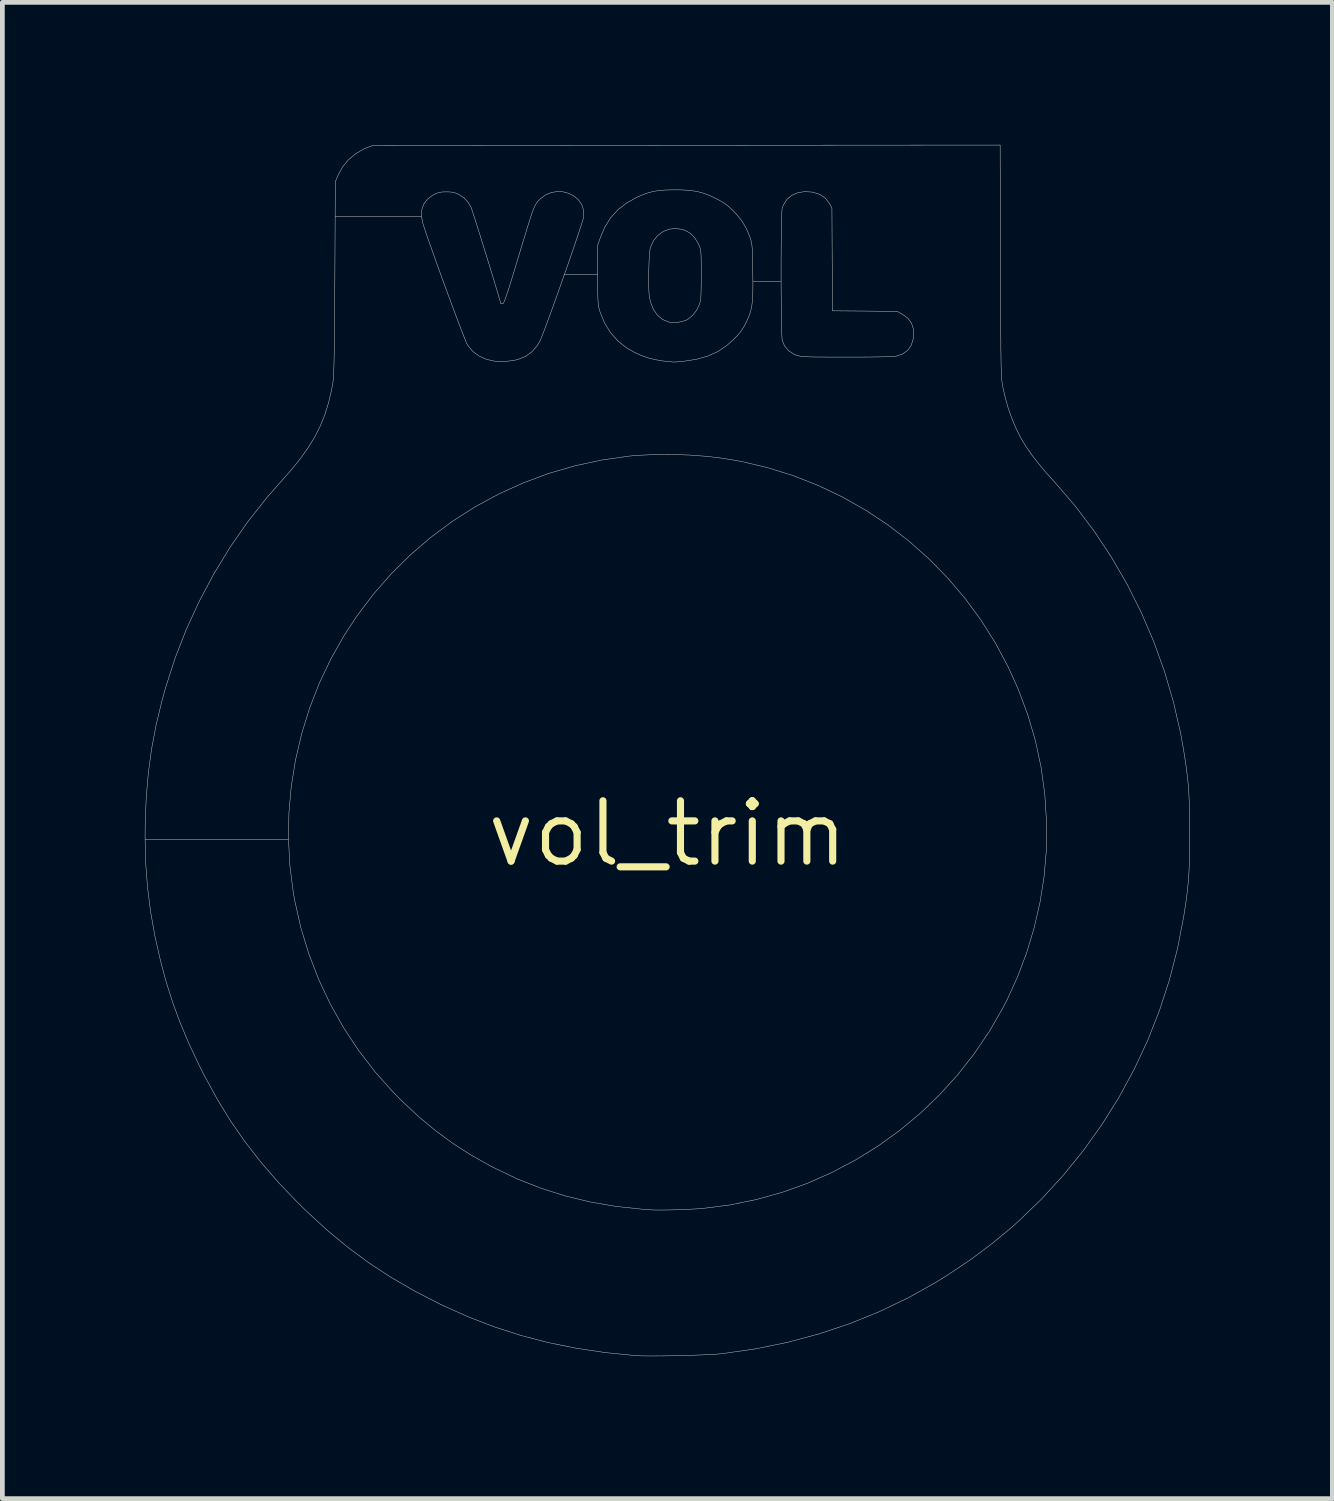
<source format=kicad_pcb>
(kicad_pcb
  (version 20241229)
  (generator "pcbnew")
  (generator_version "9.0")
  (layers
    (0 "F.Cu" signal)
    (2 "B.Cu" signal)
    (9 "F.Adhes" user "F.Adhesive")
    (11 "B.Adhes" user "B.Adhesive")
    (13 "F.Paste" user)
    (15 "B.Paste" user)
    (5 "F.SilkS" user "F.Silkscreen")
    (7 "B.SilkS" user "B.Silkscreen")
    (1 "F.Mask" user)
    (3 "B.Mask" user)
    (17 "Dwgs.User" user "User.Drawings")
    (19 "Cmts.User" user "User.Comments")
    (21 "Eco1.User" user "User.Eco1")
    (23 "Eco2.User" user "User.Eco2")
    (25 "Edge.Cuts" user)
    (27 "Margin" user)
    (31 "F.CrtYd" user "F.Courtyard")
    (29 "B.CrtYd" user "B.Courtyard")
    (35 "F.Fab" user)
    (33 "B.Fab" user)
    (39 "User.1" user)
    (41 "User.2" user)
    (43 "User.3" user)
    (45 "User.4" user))
  (footprint "vol_trim"
    (layer "F.Cu")
    (at 11.008 14.504)
    (property "Reference" "vol_trim" (at 0 0 0) (layer "F.SilkS") (effects (font (size 1.27 1.27) (thickness 0.15))))
    (attr through_hole)
    (fp_poly (pts (xy 0.311 -12.723) (xy 0.394 -12.691) (xy 0.49 -12.633) (xy 0.569 -12.551) (xy 0.639 -12.437) (xy 0.661 -12.392) (xy 0.676 -12.357) (xy 0.687 -12.323) (xy 0.696 -12.284) (xy 0.702 -12.232) (xy 0.706 -12.164) (xy 0.708 -12.072) (xy 0.709 -11.95) (xy 0.709 -11.793) (xy 0.709 -11.769) (xy 0.709 -11.601) (xy 0.707 -11.469) (xy 0.704 -11.367) (xy 0.7 -11.29) (xy 0.693 -11.231) (xy 0.684 -11.185) (xy 0.672 -11.144) (xy 0.671 -11.142) (xy 0.614 -11.024) (xy 0.531 -10.917) (xy 0.434 -10.835) (xy 0.397 -10.814) (xy 0.297 -10.779) (xy 0.18 -10.762) (xy 0.068 -10.764) (xy 0.027 -10.772) (xy -0.104 -10.826) (xy -0.213 -10.916) (xy -0.298 -11.038) (xy -0.358 -11.191) (xy -0.383 -11.307) (xy -0.391 -11.383) (xy -0.396 -11.489) (xy -0.398 -11.616) (xy -0.398 -11.754) (xy -0.395 -11.896) (xy -0.39 -12.032) (xy -0.384 -12.156) (xy -0.375 -12.257) (xy -0.365 -12.327) (xy -0.361 -12.344) (xy -0.299 -12.481) (xy -0.209 -12.593) (xy -0.097 -12.676) (xy 0.031 -12.727) (xy 0.169 -12.743) (xy 0.311 -12.723)) (stroke (width 0.01) (type solid)) (fill yes) (layer "F.Mask"))
    (fp_poly (pts (xy 7.011 -12.06) (xy 7.012 -11.687) (xy 7.013 -11.354) (xy 7.014 -11.058) (xy 7.015 -10.797) (xy 7.016 -10.568) (xy 7.018 -10.37) (xy 7.019 -10.198) (xy 7.021 -10.052) (xy 7.023 -9.927) (xy 7.025 -9.823) (xy 7.028 -9.736) (xy 7.031 -9.663) (xy 7.034 -9.603) (xy 7.039 -9.553) (xy 7.043 -9.51) (xy 7.049 -9.472) (xy 7.055 -9.436) (xy 7.062 -9.4) (xy 7.065 -9.381) (xy 7.094 -9.255) (xy 7.129 -9.114) (xy 7.167 -8.982) (xy 7.185 -8.925) (xy 7.26 -8.717) (xy 7.342 -8.525) (xy 7.433 -8.343) (xy 7.539 -8.165) (xy 7.663 -7.984) (xy 7.809 -7.796) (xy 7.98 -7.592) (xy 8.158 -7.394) (xy 8.585 -6.898) (xy 8.981 -6.373) (xy 9.346 -5.823) (xy 9.678 -5.25) (xy 9.975 -4.656) (xy 10.238 -4.044) (xy 10.464 -3.416) (xy 10.652 -2.775) (xy 10.802 -2.124) (xy 10.868 -1.756) (xy 10.901 -1.546) (xy 10.928 -1.359) (xy 10.949 -1.185) (xy 10.966 -1.017) (xy 10.978 -0.846) (xy 10.986 -0.664) (xy 10.991 -0.464) (xy 10.994 -0.237) (xy 10.995 0) (xy 10.994 0.259) (xy 10.991 0.483) (xy 10.986 0.681) (xy 10.977 0.861) (xy 10.964 1.032) (xy 10.947 1.2) (xy 10.926 1.375) (xy 10.898 1.564) (xy 10.868 1.756) (xy 10.738 2.426) (xy 10.568 3.083) (xy 10.359 3.726) (xy 10.112 4.353) (xy 9.827 4.963) (xy 9.506 5.554) (xy 9.149 6.125) (xy 8.758 6.673) (xy 8.332 7.198) (xy 7.873 7.698) (xy 7.382 8.171) (xy 7.271 8.271) (xy 6.844 8.626) (xy 6.385 8.97) (xy 5.903 9.293) (xy 5.653 9.449) (xy 5.068 9.776) (xy 4.463 10.066) (xy 3.839 10.319) (xy 3.197 10.534) (xy 2.538 10.711) (xy 1.863 10.849) (xy 1.174 10.949) (xy 1.122 10.955) (xy 1.028 10.963) (xy 0.9 10.971) (xy 0.746 10.978) (xy 0.572 10.984) (xy 0.385 10.99) (xy 0.192 10.995) (xy 0.001 10.998) (xy -0.181 11) (xy -0.348 11.001) (xy -0.492 11) (xy -0.606 10.997) (xy -0.667 10.994) (xy -1.309 10.93) (xy -1.924 10.838) (xy -2.515 10.719) (xy -3.089 10.569) (xy -3.649 10.388) (xy -4.203 10.175) (xy -4.754 9.927) (xy -4.795 9.907) (xy -5.319 9.638) (xy -5.811 9.353) (xy -6.277 9.049) (xy -6.725 8.719) (xy -7.161 8.359) (xy -7.592 7.963) (xy -7.79 7.769) (xy -8.191 7.351) (xy -8.554 6.932) (xy -8.887 6.506) (xy -9.194 6.064) (xy -9.48 5.599) (xy -9.75 5.105) (xy -9.875 4.858) (xy -10.084 4.412) (xy -10.265 3.981) (xy -10.422 3.555) (xy -10.559 3.123) (xy -10.676 2.687) (xy -10.796 2.157) (xy -10.887 1.644) (xy -10.951 1.135) (xy -10.99 0.62) (xy -11.002 0.128) (xy -7.983 0.128) (xy -7.952 0.691) (xy -7.88 1.251) (xy -7.85 1.418) (xy -7.722 1.984) (xy -7.553 2.536) (xy -7.347 3.072) (xy -7.102 3.591) (xy -6.821 4.091) (xy -6.505 4.569) (xy -6.154 5.025) (xy -5.77 5.455) (xy -5.585 5.641) (xy -5.235 5.967) (xy -4.884 6.258) (xy -4.525 6.522) (xy -4.148 6.764) (xy -3.743 6.992) (xy -3.651 7.04) (xy -3.161 7.274) (xy -2.663 7.47) (xy -2.154 7.631) (xy -1.63 7.758) (xy -1.087 7.851) (xy -0.519 7.912) (xy -0.328 7.925) (xy -0.236 7.928) (xy -0.112 7.928) (xy 0.035 7.926) (xy 0.195 7.922) (xy 0.357 7.916) (xy 0.513 7.909) (xy 0.652 7.901) (xy 0.751 7.893) (xy 1.318 7.82) (xy 1.873 7.706) (xy 2.417 7.554) (xy 2.947 7.364) (xy 3.46 7.137) (xy 3.956 6.875) (xy 4.433 6.58) (xy 4.887 6.252) (xy 5.319 5.893) (xy 5.726 5.503) (xy 6.105 5.085) (xy 6.455 4.64) (xy 6.775 4.168) (xy 7.062 3.671) (xy 7.15 3.501) (xy 7.372 3.014) (xy 7.563 2.507) (xy 7.72 1.985) (xy 7.842 1.455) (xy 7.927 0.924) (xy 7.973 0.398) (xy 7.977 0.328) (xy 7.98 -0.258) (xy 7.944 -0.832) (xy 7.866 -1.397) (xy 7.747 -1.953) (xy 7.586 -2.5) (xy 7.384 -3.041) (xy 7.176 -3.503) (xy 6.906 -4.01) (xy 6.602 -4.493) (xy 6.266 -4.951) (xy 5.9 -5.381) (xy 5.505 -5.784) (xy 5.084 -6.158) (xy 4.639 -6.501) (xy 4.17 -6.811) (xy 3.68 -7.089) (xy 3.171 -7.331) (xy 2.644 -7.538) (xy 2.102 -7.707) (xy 1.546 -7.838) (xy 1.164 -7.903) (xy 0.826 -7.944) (xy 0.467 -7.971) (xy 0.099 -7.984) (xy -0.263 -7.982) (xy -0.608 -7.966) (xy -0.812 -7.949) (xy -1.389 -7.866) (xy -1.953 -7.744) (xy -2.504 -7.584) (xy -3.039 -7.385) (xy -3.557 -7.15) (xy -4.055 -6.88) (xy -4.533 -6.575) (xy -4.988 -6.237) (xy -5.418 -5.867) (xy -5.823 -5.466) (xy -6.2 -5.034) (xy -6.547 -4.574) (xy -6.805 -4.182) (xy -7.086 -3.686) (xy -7.331 -3.173) (xy -7.537 -2.644) (xy -7.705 -2.104) (xy -7.834 -1.554) (xy -7.924 -0.997) (xy -7.974 -0.435) (xy -7.983 0.128) (xy -11.002 0.128) (xy -11.003 0.087) (xy -11 -0.233) (xy -10.978 -0.774) (xy -10.933 -1.29) (xy -10.864 -1.791) (xy -10.77 -2.29) (xy -10.647 -2.798) (xy -10.572 -3.069) (xy -10.373 -3.688) (xy -10.136 -4.297) (xy -9.861 -4.893) (xy -9.553 -5.472) (xy -9.213 -6.03) (xy -8.842 -6.564) (xy -8.443 -7.069) (xy -8.158 -7.394) (xy -7.929 -7.653) (xy -7.733 -7.895) (xy -7.567 -8.128) (xy -7.428 -8.356) (xy -7.312 -8.586) (xy -7.217 -8.823) (xy -7.139 -9.074) (xy -7.076 -9.343) (xy -7.055 -9.451) (xy -7.049 -9.487) (xy -7.043 -9.53) (xy -7.038 -9.581) (xy -7.034 -9.644) (xy -7.03 -9.721) (xy -7.027 -9.815) (xy -7.024 -9.928) (xy -7.021 -10.064) (xy -7.019 -10.224) (xy -7.017 -10.412) (xy -7.015 -10.63) (xy -7.013 -10.881) (xy -7.011 -11.167) (xy -7.009 -11.492) (xy -7.007 -11.684) (xy -7 -12.995) (xy -5.181 -12.995) (xy -5.158 -12.869) (xy -5.138 -12.803) (xy -5.106 -12.705) (xy -5.063 -12.579) (xy -5.011 -12.429) (xy -4.951 -12.261) (xy -4.886 -12.077) (xy -4.816 -11.883) (xy -4.744 -11.683) (xy -4.67 -11.481) (xy -4.596 -11.282) (xy -4.525 -11.089) (xy -4.457 -10.907) (xy -4.394 -10.74) (xy -4.337 -10.592) (xy -4.289 -10.469) (xy -4.251 -10.373) (xy -4.224 -10.31) (xy -4.212 -10.287) (xy -4.104 -10.157) (xy -3.969 -10.056) (xy -3.809 -9.985) (xy -3.63 -9.946) (xy -3.435 -9.939) (xy -3.229 -9.966) (xy -3.148 -9.985) (xy -2.991 -10.048) (xy -2.854 -10.148) (xy -2.741 -10.281) (xy -2.688 -10.372) (xy -2.666 -10.421) (xy -2.632 -10.506) (xy -2.588 -10.62) (xy -2.536 -10.759) (xy -2.477 -10.92) (xy -2.413 -11.098) (xy -2.344 -11.289) (xy -2.273 -11.488) (xy -2.202 -11.691) (xy -2.13 -11.894) (xy -2.061 -12.092) (xy -1.996 -12.281) (xy -1.958 -12.393) (xy -1.471 -12.393) (xy -1.471 -11.769) (xy -1.471 -11.588) (xy -1.47 -11.444) (xy -1.469 -11.331) (xy -1.466 -11.243) (xy -1.461 -11.175) (xy -1.455 -11.12) (xy -1.446 -11.073) (xy -1.434 -11.028) (xy -1.422 -10.986) (xy -1.329 -10.756) (xy -1.203 -10.552) (xy -1.046 -10.374) (xy -0.858 -10.225) (xy -0.699 -10.134) (xy -0.553 -10.068) (xy -0.412 -10.018) (xy -0.265 -9.981) (xy -0.1 -9.953) (xy 0.094 -9.933) (xy 0.127 -9.93) (xy 0.161 -9.931) (xy 0.226 -9.936) (xy 0.311 -9.944) (xy 0.36 -9.949) (xy 0.62 -9.99) (xy 0.851 -10.056) (xy 1.057 -10.15) (xy 1.243 -10.275) (xy 1.388 -10.403) (xy 1.484 -10.502) (xy 1.555 -10.591) (xy 1.613 -10.684) (xy 1.646 -10.747) (xy 1.689 -10.837) (xy 1.724 -10.92) (xy 1.75 -11.003) (xy 1.77 -11.091) (xy 1.784 -11.19) (xy 1.792 -11.308) (xy 1.796 -11.449) (xy 1.797 -11.62) (xy 1.794 -11.825) (xy 1.794 -11.844) (xy 2.391 -11.844) (xy 2.391 -11.629) (xy 2.392 -11.417) (xy 2.394 -11.213) (xy 2.396 -11.021) (xy 2.398 -10.845) (xy 2.401 -10.691) (xy 2.404 -10.562) (xy 2.408 -10.464) (xy 2.413 -10.4) (xy 2.416 -10.381) (xy 2.465 -10.268) (xy 2.548 -10.17) (xy 2.656 -10.097) (xy 2.709 -10.074) (xy 2.74 -10.065) (xy 2.773 -10.057) (xy 2.814 -10.05) (xy 2.865 -10.045) (xy 2.932 -10.041) (xy 3.018 -10.038) (xy 3.128 -10.036) (xy 3.265 -10.035) (xy 3.434 -10.034) (xy 3.639 -10.034) (xy 3.772 -10.034) (xy 4.022 -10.034) (xy 4.243 -10.035) (xy 4.433 -10.038) (xy 4.588 -10.041) (xy 4.708 -10.046) (xy 4.789 -10.051) (xy 4.824 -10.056) (xy 4.957 -10.103) (xy 5.06 -10.18) (xy 5.133 -10.286) (xy 5.174 -10.42) (xy 5.182 -10.481) (xy 5.177 -10.627) (xy 5.137 -10.749) (xy 5.062 -10.851) (xy 4.949 -10.934) (xy 4.945 -10.936) (xy 4.837 -10.996) (xy 4.155 -11.003) (xy 3.473 -11.009) (xy 3.467 -12.093) (xy 3.461 -13.176) (xy 3.408 -13.271) (xy 3.324 -13.38) (xy 3.21 -13.458) (xy 3.069 -13.504) (xy 3.047 -13.509) (xy 2.885 -13.519) (xy 2.74 -13.495) (xy 2.614 -13.439) (xy 2.513 -13.354) (xy 2.44 -13.241) (xy 2.413 -13.168) (xy 2.409 -13.13) (xy 2.405 -13.054) (xy 2.401 -12.944) (xy 2.398 -12.806) (xy 2.396 -12.644) (xy 2.394 -12.462) (xy 2.392 -12.265) (xy 2.391 -12.058) (xy 2.391 -11.844) (xy 1.794 -11.844) (xy 1.792 -11.999) (xy 1.789 -12.137) (xy 1.786 -12.244) (xy 1.782 -12.327) (xy 1.776 -12.391) (xy 1.768 -12.442) (xy 1.758 -12.487) (xy 1.744 -12.53) (xy 1.731 -12.57) (xy 1.655 -12.75) (xy 1.561 -12.907) (xy 1.441 -13.055) (xy 1.382 -13.116) (xy 1.289 -13.203) (xy 1.2 -13.271) (xy 1.097 -13.333) (xy 1.019 -13.374) (xy 0.875 -13.441) (xy 0.743 -13.49) (xy 0.612 -13.524) (xy 0.469 -13.544) (xy 0.305 -13.555) (xy 0.148 -13.557) (xy -0.029 -13.553) (xy -0.175 -13.543) (xy -0.302 -13.522) (xy -0.422 -13.49) (xy -0.544 -13.444) (xy -0.646 -13.399) (xy -0.865 -13.278) (xy -1.05 -13.133) (xy -1.203 -12.962) (xy -1.326 -12.763) (xy -1.411 -12.562) (xy -1.471 -12.393) (xy -1.958 -12.393) (xy -1.936 -12.458) (xy -1.882 -12.617) (xy -1.837 -12.754) (xy -1.801 -12.866) (xy -1.776 -12.947) (xy -1.765 -12.993) (xy -1.764 -12.998) (xy -1.769 -13.129) (xy -1.808 -13.246) (xy -1.876 -13.345) (xy -1.968 -13.424) (xy -2.077 -13.481) (xy -2.197 -13.514) (xy -2.324 -13.521) (xy -2.452 -13.499) (xy -2.574 -13.447) (xy -2.685 -13.361) (xy -2.687 -13.359) (xy -2.714 -13.332) (xy -2.737 -13.307) (xy -2.758 -13.28) (xy -2.779 -13.247) (xy -2.8 -13.206) (xy -2.823 -13.152) (xy -2.849 -13.082) (xy -2.879 -12.993) (xy -2.915 -12.881) (xy -2.958 -12.744) (xy -3.009 -12.576) (xy -3.07 -12.376) (xy -3.142 -12.139) (xy -3.156 -12.091) (xy -3.224 -11.867) (xy -3.281 -11.68) (xy -3.328 -11.528) (xy -3.367 -11.406) (xy -3.399 -11.313) (xy -3.424 -11.244) (xy -3.443 -11.198) (xy -3.458 -11.169) (xy -3.47 -11.156) (xy -3.476 -11.155) (xy -3.508 -11.16) (xy -3.514 -11.165) (xy -3.52 -11.191) (xy -3.537 -11.253) (xy -3.564 -11.345) (xy -3.6 -11.463) (xy -3.642 -11.603) (xy -3.689 -11.759) (xy -3.74 -11.927) (xy -3.794 -12.101) (xy -3.849 -12.278) (xy -3.903 -12.452) (xy -3.954 -12.618) (xy -4.003 -12.772) (xy -4.046 -12.909) (xy -4.083 -13.024) (xy -4.112 -13.113) (xy -4.131 -13.169) (xy -4.138 -13.189) (xy -4.207 -13.302) (xy -4.287 -13.387) (xy -4.384 -13.451) (xy -4.453 -13.485) (xy -4.515 -13.504) (xy -4.588 -13.512) (xy -4.657 -13.514) (xy -4.749 -13.511) (xy -4.817 -13.5) (xy -4.88 -13.477) (xy -4.931 -13.451) (xy -5.05 -13.366) (xy -5.131 -13.261) (xy -5.175 -13.137) (xy -5.181 -12.995) (xy -7 -12.995) (xy -6.996 -13.727) (xy -6.946 -13.85) (xy -6.852 -14.027) (xy -6.725 -14.185) (xy -6.569 -14.317) (xy -6.392 -14.419) (xy -6.335 -14.442) (xy -6.212 -14.489) (xy 7.004 -14.499) (xy 7.011 -12.06)) (stroke (width 0.01) (type solid)) (fill yes) (layer "F.Mask"))
    (fp_poly (pts (xy 0.311 -12.723) (xy 0.394 -12.691) (xy 0.49 -12.633) (xy 0.569 -12.551) (xy 0.639 -12.437) (xy 0.661 -12.392) (xy 0.676 -12.357) (xy 0.687 -12.323) (xy 0.696 -12.284) (xy 0.702 -12.232) (xy 0.706 -12.164) (xy 0.708 -12.072) (xy 0.709 -11.95) (xy 0.709 -11.793) (xy 0.709 -11.769) (xy 0.709 -11.601) (xy 0.707 -11.469) (xy 0.704 -11.367) (xy 0.7 -11.29) (xy 0.693 -11.231) (xy 0.684 -11.185) (xy 0.672 -11.144) (xy 0.671 -11.142) (xy 0.614 -11.024) (xy 0.531 -10.917) (xy 0.434 -10.835) (xy 0.397 -10.814) (xy 0.297 -10.779) (xy 0.18 -10.762) (xy 0.068 -10.764) (xy 0.027 -10.772) (xy -0.104 -10.826) (xy -0.213 -10.916) (xy -0.298 -11.038) (xy -0.358 -11.191) (xy -0.383 -11.307) (xy -0.391 -11.383) (xy -0.396 -11.489) (xy -0.398 -11.616) (xy -0.398 -11.754) (xy -0.395 -11.896) (xy -0.39 -12.032) (xy -0.384 -12.156) (xy -0.375 -12.257) (xy -0.365 -12.327) (xy -0.361 -12.344) (xy -0.299 -12.481) (xy -0.209 -12.593) (xy -0.097 -12.676) (xy 0.031 -12.727) (xy 0.169 -12.743) (xy 0.311 -12.723)) (stroke (width 0.01) (type solid)) (fill no) (layer "Dwgs.User"))
    (fp_poly (pts (xy 7.011 -12.06) (xy 7.012 -11.687) (xy 7.013 -11.354) (xy 7.014 -11.058) (xy 7.015 -10.797) (xy 7.016 -10.568) (xy 7.018 -10.37) (xy 7.019 -10.198) (xy 7.021 -10.052) (xy 7.023 -9.927) (xy 7.025 -9.823) (xy 7.028 -9.736) (xy 7.031 -9.663) (xy 7.034 -9.603) (xy 7.039 -9.553) (xy 7.043 -9.51) (xy 7.049 -9.472) (xy 7.055 -9.436) (xy 7.062 -9.4) (xy 7.065 -9.381) (xy 7.094 -9.255) (xy 7.129 -9.114) (xy 7.167 -8.982) (xy 7.185 -8.925) (xy 7.26 -8.717) (xy 7.342 -8.525) (xy 7.433 -8.343) (xy 7.539 -8.165) (xy 7.663 -7.984) (xy 7.809 -7.796) (xy 7.98 -7.592) (xy 8.158 -7.394) (xy 8.585 -6.898) (xy 8.981 -6.373) (xy 9.346 -5.823) (xy 9.678 -5.25) (xy 9.975 -4.656) (xy 10.238 -4.044) (xy 10.464 -3.416) (xy 10.652 -2.775) (xy 10.802 -2.124) (xy 10.868 -1.756) (xy 10.901 -1.546) (xy 10.928 -1.359) (xy 10.949 -1.185) (xy 10.966 -1.017) (xy 10.978 -0.846) (xy 10.986 -0.664) (xy 10.991 -0.464) (xy 10.994 -0.237) (xy 10.995 0) (xy 10.994 0.259) (xy 10.991 0.483) (xy 10.986 0.681) (xy 10.977 0.861) (xy 10.964 1.032) (xy 10.947 1.2) (xy 10.926 1.375) (xy 10.898 1.564) (xy 10.868 1.756) (xy 10.738 2.426) (xy 10.568 3.083) (xy 10.359 3.726) (xy 10.112 4.353) (xy 9.827 4.963) (xy 9.506 5.554) (xy 9.149 6.125) (xy 8.758 6.673) (xy 8.332 7.198) (xy 7.873 7.698) (xy 7.382 8.171) (xy 7.271 8.271) (xy 6.844 8.626) (xy 6.385 8.97) (xy 5.903 9.293) (xy 5.653 9.449) (xy 5.068 9.776) (xy 4.463 10.066) (xy 3.839 10.319) (xy 3.197 10.534) (xy 2.538 10.711) (xy 1.863 10.849) (xy 1.174 10.949) (xy 1.122 10.955) (xy 1.028 10.963) (xy 0.9 10.971) (xy 0.746 10.978) (xy 0.572 10.984) (xy 0.385 10.99) (xy 0.192 10.995) (xy 0.001 10.998) (xy -0.181 11) (xy -0.348 11.001) (xy -0.492 11) (xy -0.606 10.997) (xy -0.667 10.994) (xy -1.309 10.93) (xy -1.924 10.838) (xy -2.515 10.719) (xy -3.089 10.569) (xy -3.649 10.388) (xy -4.203 10.175) (xy -4.754 9.927) (xy -4.795 9.907) (xy -5.319 9.638) (xy -5.811 9.353) (xy -6.277 9.049) (xy -6.725 8.719) (xy -7.161 8.359) (xy -7.592 7.963) (xy -7.79 7.769) (xy -8.191 7.351) (xy -8.554 6.932) (xy -8.887 6.506) (xy -9.194 6.064) (xy -9.48 5.599) (xy -9.75 5.105) (xy -9.875 4.858) (xy -10.084 4.412) (xy -10.265 3.981) (xy -10.422 3.555) (xy -10.559 3.123) (xy -10.676 2.687) (xy -10.796 2.157) (xy -10.887 1.644) (xy -10.951 1.135) (xy -10.99 0.62) (xy -11.002 0.128) (xy -7.983 0.128) (xy -7.952 0.691) (xy -7.88 1.251) (xy -7.85 1.418) (xy -7.722 1.984) (xy -7.553 2.536) (xy -7.347 3.072) (xy -7.102 3.591) (xy -6.821 4.091) (xy -6.505 4.569) (xy -6.154 5.025) (xy -5.77 5.455) (xy -5.585 5.641) (xy -5.235 5.967) (xy -4.884 6.258) (xy -4.525 6.522) (xy -4.148 6.764) (xy -3.743 6.992) (xy -3.651 7.04) (xy -3.161 7.274) (xy -2.663 7.47) (xy -2.154 7.631) (xy -1.63 7.758) (xy -1.087 7.851) (xy -0.519 7.912) (xy -0.328 7.925) (xy -0.236 7.928) (xy -0.112 7.928) (xy 0.035 7.926) (xy 0.195 7.922) (xy 0.357 7.916) (xy 0.513 7.909) (xy 0.652 7.901) (xy 0.751 7.893) (xy 1.318 7.82) (xy 1.873 7.706) (xy 2.417 7.554) (xy 2.947 7.364) (xy 3.46 7.137) (xy 3.956 6.875) (xy 4.433 6.58) (xy 4.887 6.252) (xy 5.319 5.893) (xy 5.726 5.503) (xy 6.105 5.085) (xy 6.455 4.64) (xy 6.775 4.168) (xy 7.062 3.671) (xy 7.15 3.501) (xy 7.372 3.014) (xy 7.563 2.507) (xy 7.72 1.985) (xy 7.842 1.455) (xy 7.927 0.924) (xy 7.973 0.398) (xy 7.977 0.328) (xy 7.98 -0.258) (xy 7.944 -0.832) (xy 7.866 -1.397) (xy 7.747 -1.953) (xy 7.586 -2.5) (xy 7.384 -3.041) (xy 7.176 -3.503) (xy 6.906 -4.01) (xy 6.602 -4.493) (xy 6.266 -4.951) (xy 5.9 -5.381) (xy 5.505 -5.784) (xy 5.084 -6.158) (xy 4.639 -6.501) (xy 4.17 -6.811) (xy 3.68 -7.089) (xy 3.171 -7.331) (xy 2.644 -7.538) (xy 2.102 -7.707) (xy 1.546 -7.838) (xy 1.164 -7.903) (xy 0.826 -7.944) (xy 0.467 -7.971) (xy 0.099 -7.984) (xy -0.263 -7.982) (xy -0.608 -7.966) (xy -0.812 -7.949) (xy -1.389 -7.866) (xy -1.953 -7.744) (xy -2.504 -7.584) (xy -3.039 -7.385) (xy -3.557 -7.15) (xy -4.055 -6.88) (xy -4.533 -6.575) (xy -4.988 -6.237) (xy -5.418 -5.867) (xy -5.823 -5.466) (xy -6.2 -5.034) (xy -6.547 -4.574) (xy -6.805 -4.182) (xy -7.086 -3.686) (xy -7.331 -3.173) (xy -7.537 -2.644) (xy -7.705 -2.104) (xy -7.834 -1.554) (xy -7.924 -0.997) (xy -7.974 -0.435) (xy -7.983 0.128) (xy -11.002 0.128) (xy -11.003 0.087) (xy -11 -0.233) (xy -10.978 -0.774) (xy -10.933 -1.29) (xy -10.864 -1.791) (xy -10.77 -2.29) (xy -10.647 -2.798) (xy -10.572 -3.069) (xy -10.373 -3.688) (xy -10.136 -4.297) (xy -9.861 -4.893) (xy -9.553 -5.472) (xy -9.213 -6.03) (xy -8.842 -6.564) (xy -8.443 -7.069) (xy -8.158 -7.394) (xy -7.929 -7.653) (xy -7.733 -7.895) (xy -7.567 -8.128) (xy -7.428 -8.356) (xy -7.312 -8.586) (xy -7.217 -8.823) (xy -7.139 -9.074) (xy -7.076 -9.343) (xy -7.055 -9.451) (xy -7.049 -9.487) (xy -7.043 -9.53) (xy -7.038 -9.581) (xy -7.034 -9.644) (xy -7.03 -9.721) (xy -7.027 -9.815) (xy -7.024 -9.928) (xy -7.021 -10.064) (xy -7.019 -10.224) (xy -7.017 -10.412) (xy -7.015 -10.63) (xy -7.013 -10.881) (xy -7.011 -11.167) (xy -7.009 -11.492) (xy -7.007 -11.684) (xy -7 -12.995) (xy -5.181 -12.995) (xy -5.158 -12.869) (xy -5.138 -12.803) (xy -5.106 -12.705) (xy -5.063 -12.579) (xy -5.011 -12.429) (xy -4.951 -12.261) (xy -4.886 -12.077) (xy -4.816 -11.883) (xy -4.744 -11.683) (xy -4.67 -11.481) (xy -4.596 -11.282) (xy -4.525 -11.089) (xy -4.457 -10.907) (xy -4.394 -10.74) (xy -4.337 -10.592) (xy -4.289 -10.469) (xy -4.251 -10.373) (xy -4.224 -10.31) (xy -4.212 -10.287) (xy -4.104 -10.157) (xy -3.969 -10.056) (xy -3.809 -9.985) (xy -3.63 -9.946) (xy -3.435 -9.939) (xy -3.229 -9.966) (xy -3.148 -9.985) (xy -2.991 -10.048) (xy -2.854 -10.148) (xy -2.741 -10.281) (xy -2.688 -10.372) (xy -2.666 -10.421) (xy -2.632 -10.506) (xy -2.588 -10.62) (xy -2.536 -10.759) (xy -2.477 -10.92) (xy -2.413 -11.098) (xy -2.344 -11.289) (xy -2.273 -11.488) (xy -2.202 -11.691) (xy -2.13 -11.894) (xy -2.061 -12.092) (xy -1.996 -12.281) (xy -1.958 -12.393) (xy -1.471 -12.393) (xy -1.471 -11.769) (xy -1.471 -11.588) (xy -1.47 -11.444) (xy -1.469 -11.331) (xy -1.466 -11.243) (xy -1.461 -11.175) (xy -1.455 -11.12) (xy -1.446 -11.073) (xy -1.434 -11.028) (xy -1.422 -10.986) (xy -1.329 -10.756) (xy -1.203 -10.552) (xy -1.046 -10.374) (xy -0.858 -10.225) (xy -0.699 -10.134) (xy -0.553 -10.068) (xy -0.412 -10.018) (xy -0.265 -9.981) (xy -0.1 -9.953) (xy 0.094 -9.933) (xy 0.127 -9.93) (xy 0.161 -9.931) (xy 0.226 -9.936) (xy 0.311 -9.944) (xy 0.36 -9.949) (xy 0.62 -9.99) (xy 0.851 -10.056) (xy 1.057 -10.15) (xy 1.243 -10.275) (xy 1.388 -10.403) (xy 1.484 -10.502) (xy 1.555 -10.591) (xy 1.613 -10.684) (xy 1.646 -10.747) (xy 1.689 -10.837) (xy 1.724 -10.92) (xy 1.75 -11.003) (xy 1.77 -11.091) (xy 1.784 -11.19) (xy 1.792 -11.308) (xy 1.796 -11.449) (xy 1.797 -11.62) (xy 1.794 -11.825) (xy 1.794 -11.844) (xy 2.391 -11.844) (xy 2.391 -11.629) (xy 2.392 -11.417) (xy 2.394 -11.213) (xy 2.396 -11.021) (xy 2.398 -10.845) (xy 2.401 -10.691) (xy 2.404 -10.562) (xy 2.408 -10.464) (xy 2.413 -10.4) (xy 2.416 -10.381) (xy 2.465 -10.268) (xy 2.548 -10.17) (xy 2.656 -10.097) (xy 2.709 -10.074) (xy 2.74 -10.065) (xy 2.773 -10.057) (xy 2.814 -10.05) (xy 2.865 -10.045) (xy 2.932 -10.041) (xy 3.018 -10.038) (xy 3.128 -10.036) (xy 3.265 -10.035) (xy 3.434 -10.034) (xy 3.639 -10.034) (xy 3.772 -10.034) (xy 4.022 -10.034) (xy 4.243 -10.035) (xy 4.433 -10.038) (xy 4.588 -10.041) (xy 4.708 -10.046) (xy 4.789 -10.051) (xy 4.824 -10.056) (xy 4.957 -10.103) (xy 5.06 -10.18) (xy 5.133 -10.286) (xy 5.174 -10.42) (xy 5.182 -10.481) (xy 5.177 -10.627) (xy 5.137 -10.749) (xy 5.062 -10.851) (xy 4.949 -10.934) (xy 4.945 -10.936) (xy 4.837 -10.996) (xy 4.155 -11.003) (xy 3.473 -11.009) (xy 3.467 -12.093) (xy 3.461 -13.176) (xy 3.408 -13.271) (xy 3.324 -13.38) (xy 3.21 -13.458) (xy 3.069 -13.504) (xy 3.047 -13.509) (xy 2.885 -13.519) (xy 2.74 -13.495) (xy 2.614 -13.439) (xy 2.513 -13.354) (xy 2.44 -13.241) (xy 2.413 -13.168) (xy 2.409 -13.13) (xy 2.405 -13.054) (xy 2.401 -12.944) (xy 2.398 -12.806) (xy 2.396 -12.644) (xy 2.394 -12.462) (xy 2.392 -12.265) (xy 2.391 -12.058) (xy 2.391 -11.844) (xy 1.794 -11.844) (xy 1.792 -11.999) (xy 1.789 -12.137) (xy 1.786 -12.244) (xy 1.782 -12.327) (xy 1.776 -12.391) (xy 1.768 -12.442) (xy 1.758 -12.487) (xy 1.744 -12.53) (xy 1.731 -12.57) (xy 1.655 -12.75) (xy 1.561 -12.907) (xy 1.441 -13.055) (xy 1.382 -13.116) (xy 1.289 -13.203) (xy 1.2 -13.271) (xy 1.097 -13.333) (xy 1.019 -13.374) (xy 0.875 -13.441) (xy 0.743 -13.49) (xy 0.612 -13.524) (xy 0.469 -13.544) (xy 0.305 -13.555) (xy 0.148 -13.557) (xy -0.029 -13.553) (xy -0.175 -13.543) (xy -0.302 -13.522) (xy -0.422 -13.49) (xy -0.544 -13.444) (xy -0.646 -13.399) (xy -0.865 -13.278) (xy -1.05 -13.133) (xy -1.203 -12.962) (xy -1.326 -12.763) (xy -1.411 -12.562) (xy -1.471 -12.393) (xy -1.958 -12.393) (xy -1.936 -12.458) (xy -1.882 -12.617) (xy -1.837 -12.754) (xy -1.801 -12.866) (xy -1.776 -12.947) (xy -1.765 -12.993) (xy -1.764 -12.998) (xy -1.769 -13.129) (xy -1.808 -13.246) (xy -1.876 -13.345) (xy -1.968 -13.424) (xy -2.077 -13.481) (xy -2.197 -13.514) (xy -2.324 -13.521) (xy -2.452 -13.499) (xy -2.574 -13.447) (xy -2.685 -13.361) (xy -2.687 -13.359) (xy -2.714 -13.332) (xy -2.737 -13.307) (xy -2.758 -13.28) (xy -2.779 -13.247) (xy -2.8 -13.206) (xy -2.823 -13.152) (xy -2.849 -13.082) (xy -2.879 -12.993) (xy -2.915 -12.881) (xy -2.958 -12.744) (xy -3.009 -12.576) (xy -3.07 -12.376) (xy -3.142 -12.139) (xy -3.156 -12.091) (xy -3.224 -11.867) (xy -3.281 -11.68) (xy -3.328 -11.528) (xy -3.367 -11.406) (xy -3.399 -11.313) (xy -3.424 -11.244) (xy -3.443 -11.198) (xy -3.458 -11.169) (xy -3.47 -11.156) (xy -3.476 -11.155) (xy -3.508 -11.16) (xy -3.514 -11.165) (xy -3.52 -11.191) (xy -3.537 -11.253) (xy -3.564 -11.345) (xy -3.6 -11.463) (xy -3.642 -11.603) (xy -3.689 -11.759) (xy -3.74 -11.927) (xy -3.794 -12.101) (xy -3.849 -12.278) (xy -3.903 -12.452) (xy -3.954 -12.618) (xy -4.003 -12.772) (xy -4.046 -12.909) (xy -4.083 -13.024) (xy -4.112 -13.113) (xy -4.131 -13.169) (xy -4.138 -13.189) (xy -4.207 -13.302) (xy -4.287 -13.387) (xy -4.384 -13.451) (xy -4.453 -13.485) (xy -4.515 -13.504) (xy -4.588 -13.512) (xy -4.657 -13.514) (xy -4.749 -13.511) (xy -4.817 -13.5) (xy -4.88 -13.477) (xy -4.931 -13.451) (xy -5.05 -13.366) (xy -5.131 -13.261) (xy -5.175 -13.137) (xy -5.181 -12.995) (xy -7 -12.995) (xy -6.996 -13.727) (xy -6.946 -13.85) (xy -6.852 -14.027) (xy -6.725 -14.185) (xy -6.569 -14.317) (xy -6.392 -14.419) (xy -6.335 -14.442) (xy -6.212 -14.489) (xy 7.004 -14.499) (xy 7.011 -12.06)) (stroke (width 0.01) (type solid)) (fill no) (layer "Dwgs.User")))
  (gr_rect
    (start -3 -3)
    (end 25.008 28.51)
    (stroke (width 0.1) (type default))
    (fill no)
    (layer "Edge.Cuts")))
</source>
